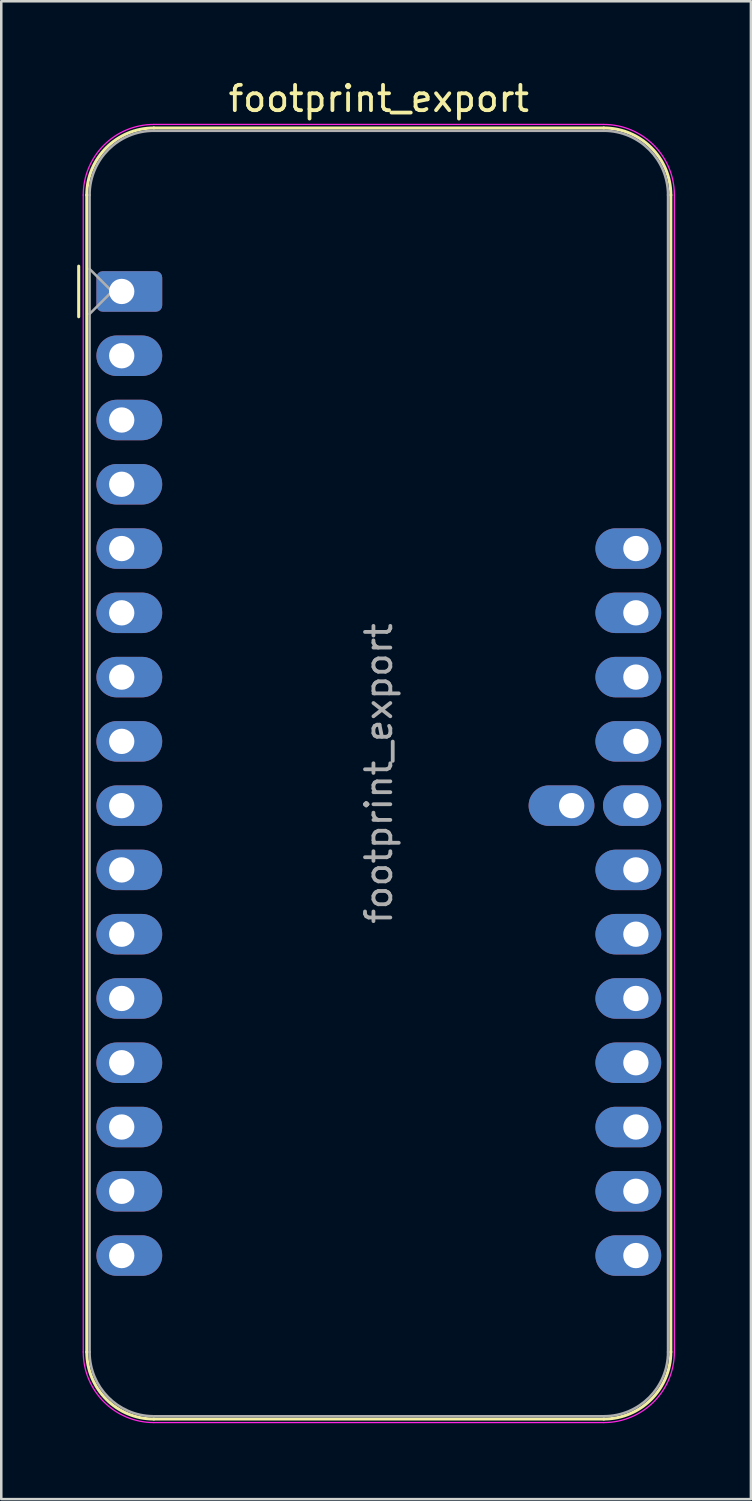
<source format=kicad_pcb>
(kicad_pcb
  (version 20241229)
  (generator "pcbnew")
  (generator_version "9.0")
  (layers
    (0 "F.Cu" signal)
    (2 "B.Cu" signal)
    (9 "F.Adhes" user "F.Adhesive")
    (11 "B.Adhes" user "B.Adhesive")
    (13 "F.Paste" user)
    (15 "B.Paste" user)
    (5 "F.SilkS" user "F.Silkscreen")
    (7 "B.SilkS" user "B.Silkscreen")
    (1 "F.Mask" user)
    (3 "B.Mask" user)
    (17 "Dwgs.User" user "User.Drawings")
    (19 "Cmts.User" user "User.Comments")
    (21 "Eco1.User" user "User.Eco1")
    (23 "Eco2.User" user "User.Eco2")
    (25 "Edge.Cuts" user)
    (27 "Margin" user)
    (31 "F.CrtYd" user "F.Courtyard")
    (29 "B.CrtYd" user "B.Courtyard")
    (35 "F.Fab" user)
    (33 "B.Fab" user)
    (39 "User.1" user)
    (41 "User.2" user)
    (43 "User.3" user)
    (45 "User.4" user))
  (footprint "footprint_export"
    (layer "F.Cu")
    (at 1.76 8.468)
    (property "Reference" "footprint_export" (at 10.16 -7.62 0) (layer "F.SilkS") (effects (font (size 1 1) (thickness 0.15))))
    (attr through_hole)
    (fp_line (start -1.7 1) (end -1.7 -1) (stroke (width 0.12) (type solid)) (layer "F.SilkS"))
    (fp_line (start -1.38 -3.81) (end -1.38 41.91) (stroke (width 0.12) (type solid)) (layer "F.SilkS"))
    (fp_line (start 19.05 -6.46) (end 1.27 -6.46) (stroke (width 0.12) (type solid)) (layer "F.SilkS"))
    (fp_line (start 19.05 44.56) (end 1.27 44.56) (stroke (width 0.12) (type solid)) (layer "F.SilkS"))
    (fp_line (start 21.7 -3.81) (end 21.7 41.91) (stroke (width 0.12) (type solid)) (layer "F.SilkS"))
    (fp_arc (start -1.38 -3.81) (mid -0.603833 -5.683833) (end 1.27 -6.46) (stroke (width 0.12) (type solid)) (layer "F.SilkS"))
    (fp_arc (start 1.27 44.56) (mid -0.603833 43.783833) (end -1.38 41.91) (stroke (width 0.12) (type solid)) (layer "F.SilkS"))
    (fp_arc (start 19.05 -6.46) (mid 20.923833 -5.683833) (end 21.7 -3.81) (stroke (width 0.12) (type solid)) (layer "F.SilkS"))
    (fp_arc (start 21.7 41.91) (mid 20.923833 43.783833) (end 19.05 44.56) (stroke (width 0.12) (type solid)) (layer "F.SilkS"))
    (fp_line (start -1.52 41.91) (end -1.52 -3.81) (stroke (width 0.05) (type solid)) (layer "F.CrtYd"))
    (fp_line (start 19.05 -6.6) (end 1.27 -6.6) (stroke (width 0.05) (type solid)) (layer "F.CrtYd"))
    (fp_line (start 19.05 44.7) (end 1.27 44.7) (stroke (width 0.05) (type solid)) (layer "F.CrtYd"))
    (fp_line (start 21.84 41.91) (end 21.84 -3.81) (stroke (width 0.05) (type solid)) (layer "F.CrtYd"))
    (fp_arc (start -1.52 -3.81) (mid -0.702828 -5.782828) (end 1.27 -6.6) (stroke (width 0.05) (type solid)) (layer "F.CrtYd"))
    (fp_arc (start 1.27 44.7) (mid -0.702828 43.882828) (end -1.52 41.91) (stroke (width 0.05) (type solid)) (layer "F.CrtYd"))
    (fp_arc (start 19.05 -6.6) (mid 21.022828 -5.782828) (end 21.84 -3.81) (stroke (width 0.05) (type solid)) (layer "F.CrtYd"))
    (fp_arc (start 21.84 41.91) (mid 21.022828 43.882828) (end 19.05 44.7) (stroke (width 0.05) (type solid)) (layer "F.CrtYd"))
    (fp_line (start -1.27 -3.81) (end -1.27 41.91) (stroke (width 0.1) (type solid)) (layer "F.Fab"))
    (fp_line (start -1.27 -0.889) (end -0.381 0) (stroke (width 0.1) (type solid)) (layer "F.Fab"))
    (fp_line (start -0.381 0) (end -1.27 0.889) (stroke (width 0.1) (type solid)) (layer "F.Fab"))
    (fp_line (start 1.27 44.45) (end 19.05 44.45) (stroke (width 0.1) (type solid)) (layer "F.Fab"))
    (fp_line (start 19.05 -6.35) (end 1.27 -6.35) (stroke (width 0.1) (type solid)) (layer "F.Fab"))
    (fp_line (start 21.59 41.91) (end 21.59 -3.81) (stroke (width 0.1) (type solid)) (layer "F.Fab"))
    (fp_arc (start -1.27 -3.81) (mid -0.526051 -5.606051) (end 1.27 -6.35) (stroke (width 0.1) (type solid)) (layer "F.Fab"))
    (fp_arc (start 1.221238 44.449532) (mid -0.543209 43.688728) (end -1.27 41.91) (stroke (width 0.1) (type solid)) (layer "F.Fab"))
    (fp_arc (start 19.05 -6.35) (mid 20.846051 -5.606051) (end 21.59 -3.81) (stroke (width 0.1) (type solid)) (layer "F.Fab"))
    (fp_arc (start 21.59 41.91) (mid 20.846051 43.706051) (end 19.05 44.45) (stroke (width 0.1) (type solid)) (layer "F.Fab"))
    (fp_text user "${REFERENCE}" (at 10.16 19.05 270) (layer "F.Fab") (effects (font (size 1 1) (thickness 0.15))))
    (pad "1" thru_hole roundrect (at 0 0) (size 2.6 1.6) (drill 1 (offset 0.3 0)) (layers "*.Cu" "*.Mask") (roundrect_rratio 0.156))
    (pad "2" thru_hole oval (at 0 2.54) (size 2.6 1.6) (drill 1 (offset 0.3 0)) (layers "*.Cu" "*.Mask"))
    (pad "3" thru_hole oval (at 0 5.08) (size 2.6 1.6) (drill 1 (offset 0.3 0)) (layers "*.Cu" "*.Mask"))
    (pad "4" thru_hole oval (at 0 7.62) (size 2.6 1.6) (drill 1 (offset 0.3 0)) (layers "*.Cu" "*.Mask"))
    (pad "5" thru_hole oval (at 0 10.16) (size 2.6 1.6) (drill 1 (offset 0.3 0)) (layers "*.Cu" "*.Mask"))
    (pad "6" thru_hole oval (at 0 12.7) (size 2.6 1.6) (drill 1 (offset 0.3 0)) (layers "*.Cu" "*.Mask"))
    (pad "7" thru_hole oval (at 0 15.24) (size 2.6 1.6) (drill 1 (offset 0.3 0)) (layers "*.Cu" "*.Mask"))
    (pad "8" thru_hole oval (at 0 17.78) (size 2.6 1.6) (drill 1 (offset 0.3 0)) (layers "*.Cu" "*.Mask"))
    (pad "9" thru_hole oval (at 0 20.32) (size 2.6 1.6) (drill 1 (offset 0.3 0)) (layers "*.Cu" "*.Mask"))
    (pad "10" thru_hole oval (at 0 22.86) (size 2.6 1.6) (drill 1 (offset 0.3 0)) (layers "*.Cu" "*.Mask"))
    (pad "11" thru_hole oval (at 0 25.4) (size 2.6 1.6) (drill 1 (offset 0.3 0)) (layers "*.Cu" "*.Mask"))
    (pad "12" thru_hole oval (at 0 27.94) (size 2.6 1.6) (drill 1 (offset 0.3 0)) (layers "*.Cu" "*.Mask"))
    (pad "13" thru_hole oval (at 0 30.48) (size 2.6 1.6) (drill 1 (offset 0.3 0)) (layers "*.Cu" "*.Mask"))
    (pad "14" thru_hole oval (at 0 33.02) (size 2.6 1.6) (drill 1 (offset 0.3 0)) (layers "*.Cu" "*.Mask"))
    (pad "15" thru_hole oval (at 0 35.56) (size 2.6 1.6) (drill 1 (offset 0.3 0)) (layers "*.Cu" "*.Mask"))
    (pad "16" thru_hole oval (at 0 38.1) (size 2.6 1.6) (drill 1 (offset 0.3 0)) (layers "*.Cu" "*.Mask"))
    (pad "17" thru_hole oval (at 20.32 38.1 180) (size 2.6 1.6) (drill 1 (offset 0.3 0)) (layers "*.Cu" "*.Mask"))
    (pad "18" thru_hole oval (at 20.32 35.56 180) (size 2.6 1.6) (drill 1 (offset 0.3 0)) (layers "*.Cu" "*.Mask"))
    (pad "19" thru_hole oval (at 20.32 33.02 180) (size 2.6 1.6) (drill 1 (offset 0.3 0)) (layers "*.Cu" "*.Mask"))
    (pad "20" thru_hole oval (at 20.32 30.48 180) (size 2.6 1.6) (drill 1 (offset 0.3 0)) (layers "*.Cu" "*.Mask"))
    (pad "21" thru_hole oval (at 20.32 27.94 180) (size 2.6 1.6) (drill 1 (offset 0.3 0)) (layers "*.Cu" "*.Mask"))
    (pad "22" thru_hole oval (at 20.32 25.4 180) (size 2.6 1.6) (drill 1 (offset 0.3 0)) (layers "*.Cu" "*.Mask"))
    (pad "23" thru_hole oval (at 20.32 22.86 180) (size 2.6 1.6) (drill 1 (offset 0.3 0)) (layers "*.Cu" "*.Mask"))
    (pad "24" thru_hole oval (at 20.32 20.32 180) (size 2.3 1.6) (drill 1 (offset 0.15 0)) (layers "*.Cu" "*.Mask"))
    (pad "25" thru_hole oval (at 20.32 17.78 180) (size 2.6 1.6) (drill 1 (offset 0.3 0)) (layers "*.Cu" "*.Mask"))
    (pad "26" thru_hole oval (at 20.32 15.24 180) (size 2.6 1.6) (drill 1 (offset 0.3 0)) (layers "*.Cu" "*.Mask"))
    (pad "27" thru_hole oval (at 20.32 12.7 180) (size 2.6 1.6) (drill 1 (offset 0.3 0)) (layers "*.Cu" "*.Mask"))
    (pad "28" thru_hole oval (at 20.32 10.16 180) (size 2.6 1.6) (drill 1 (offset 0.3 0)) (layers "*.Cu" "*.Mask"))
    (pad "29" thru_hole oval (at 17.78 20.32 180) (size 2.6 1.6) (drill 1 (offset 0.4 0)) (layers "*.Cu" "*.Mask")))
  (gr_rect
    (start -3 -3)
    (end 26.625 56.193)
    (stroke (width 0.1) (type default))
    (fill no)
    (layer "Edge.Cuts")))
</source>
